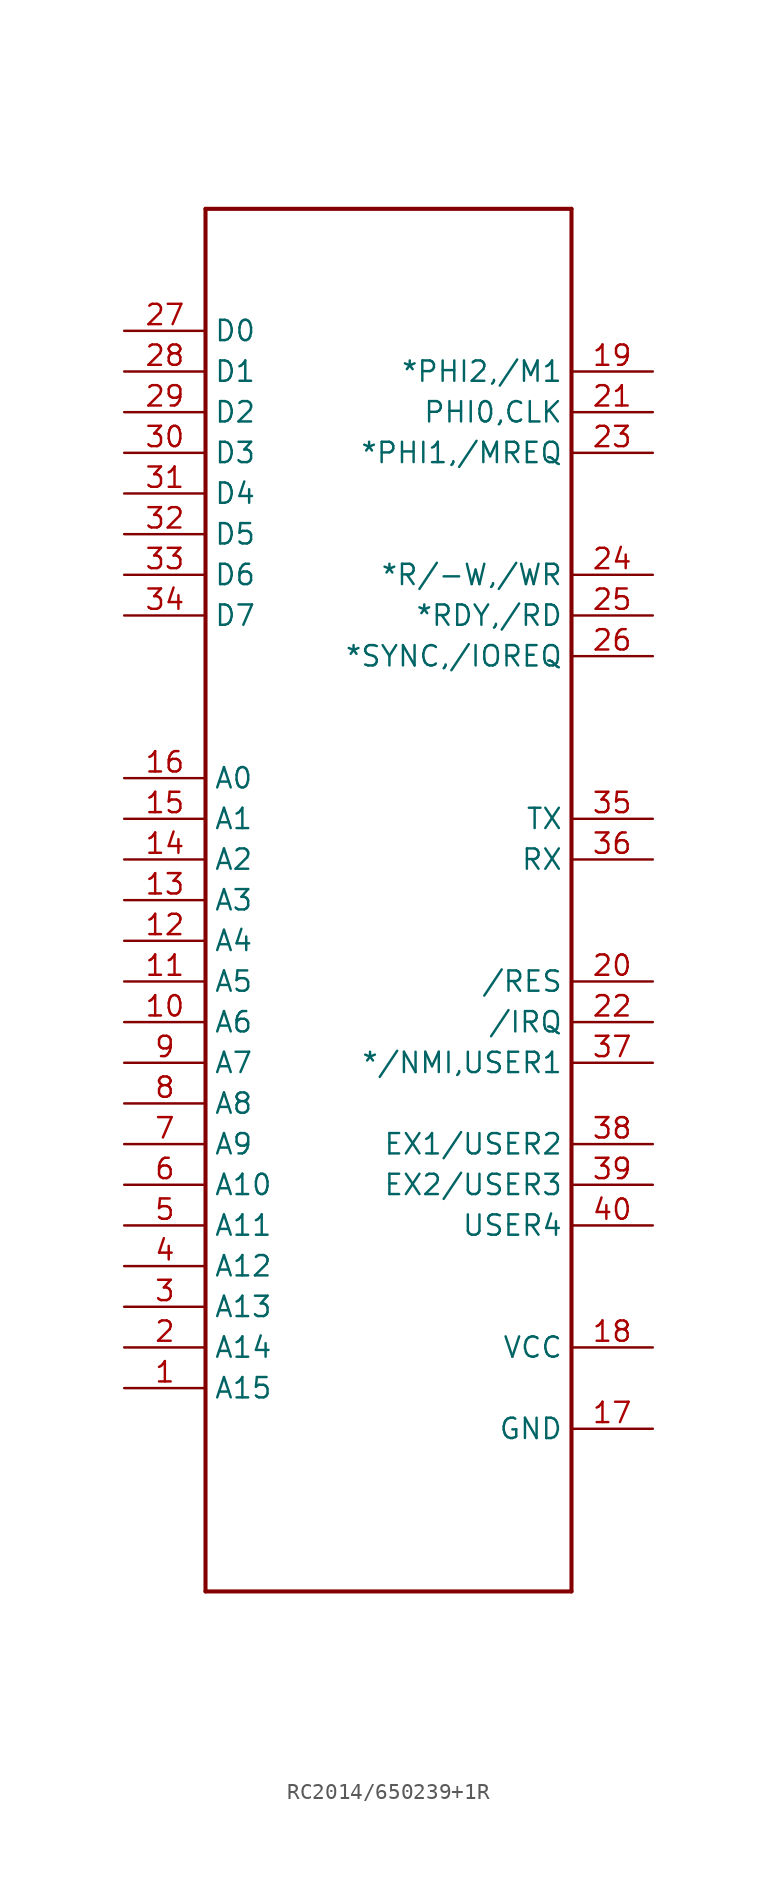
<source format=kicad_sym>
(kicad_symbol_lib
  (version 20220914)
  (generator kicad_symbol_editor)
  (symbol "RC2014/650239+1R"
    (property "Reference" ""
      (at -5.08 25.4 0)
      (effects (font (size 2.184 1.857)) (justify left bottom) hide))
    (property "Value" ""
      (at -7.62 -63.5 0)
      (effects (font (size 2.184 1.857)) (justify left bottom)))
    (property "ki_locked" ""
      (at 0 0 0)
      (effects (font (size 1.27 1.27))))
    (symbol "RC2014/650239+1R_1_0"
      (polyline (pts (xy -12.7 -60.96) (xy -12.7 25.4)) (stroke (width 0.254) (type solid)) (fill (type none)))
      (polyline (pts (xy -12.7 25.4) (xy 10.16 25.4)) (stroke (width 0.254) (type solid)) (fill (type none)))
      (polyline (pts (xy 10.16 -60.96) (xy -12.7 -60.96)) (stroke (width 0.254) (type solid)) (fill (type none)))
      (polyline (pts (xy 10.16 25.4) (xy 10.16 -60.96)) (stroke (width 0.254) (type solid)) (fill (type none)))
      (pin bidirectional line (at -17.78 -48.26 0) (length 5.08) (name "A15" (effects (font (size 1.27 1.27)))) (number "1" (effects (font (size 1.27 1.27)))))
      (pin bidirectional line (at -17.78 -25.4 0) (length 5.08) (name "A6" (effects (font (size 1.27 1.27)))) (number "10" (effects (font (size 1.27 1.27)))))
      (pin bidirectional line (at -17.78 -22.86 0) (length 5.08) (name "A5" (effects (font (size 1.27 1.27)))) (number "11" (effects (font (size 1.27 1.27)))))
      (pin bidirectional line (at -17.78 -20.32 0) (length 5.08) (name "A4" (effects (font (size 1.27 1.27)))) (number "12" (effects (font (size 1.27 1.27)))))
      (pin bidirectional line (at -17.78 -17.78 0) (length 5.08) (name "A3" (effects (font (size 1.27 1.27)))) (number "13" (effects (font (size 1.27 1.27)))))
      (pin bidirectional line (at -17.78 -15.24 0) (length 5.08) (name "A2" (effects (font (size 1.27 1.27)))) (number "14" (effects (font (size 1.27 1.27)))))
      (pin bidirectional line (at -17.78 -12.7 0) (length 5.08) (name "A1" (effects (font (size 1.27 1.27)))) (number "15" (effects (font (size 1.27 1.27)))))
      (pin bidirectional line (at -17.78 -10.16 0) (length 5.08) (name "A0" (effects (font (size 1.27 1.27)))) (number "16" (effects (font (size 1.27 1.27)))))
      (pin bidirectional line (at 15.24 -50.8 180) (length 5.08) (name "GND" (effects (font (size 1.27 1.27)))) (number "17" (effects (font (size 1.27 1.27)))))
      (pin bidirectional line (at 15.24 -45.72 180) (length 5.08) (name "VCC" (effects (font (size 1.27 1.27)))) (number "18" (effects (font (size 1.27 1.27)))))
      (pin bidirectional line (at 15.24 15.24 180) (length 5.08) (name "*PHI2,/M1" (effects (font (size 1.27 1.27)))) (number "19" (effects (font (size 1.27 1.27)))))
      (pin bidirectional line (at -17.78 -45.72 0) (length 5.08) (name "A14" (effects (font (size 1.27 1.27)))) (number "2" (effects (font (size 1.27 1.27)))))
      (pin bidirectional line (at 15.24 -22.86 180) (length 5.08) (name "/RES" (effects (font (size 1.27 1.27)))) (number "20" (effects (font (size 1.27 1.27)))))
      (pin bidirectional line (at 15.24 12.7 180) (length 5.08) (name "PHI0,CLK" (effects (font (size 1.27 1.27)))) (number "21" (effects (font (size 1.27 1.27)))))
      (pin bidirectional line (at 15.24 -25.4 180) (length 5.08) (name "/IRQ" (effects (font (size 1.27 1.27)))) (number "22" (effects (font (size 1.27 1.27)))))
      (pin bidirectional line (at 15.24 10.16 180) (length 5.08) (name "*PHI1,/MREQ" (effects (font (size 1.27 1.27)))) (number "23" (effects (font (size 1.27 1.27)))))
      (pin bidirectional line (at 15.24 2.54 180) (length 5.08) (name "*R/-W,/WR" (effects (font (size 1.27 1.27)))) (number "24" (effects (font (size 1.27 1.27)))))
      (pin bidirectional line (at 15.24 0 180) (length 5.08) (name "*RDY,/RD" (effects (font (size 1.27 1.27)))) (number "25" (effects (font (size 1.27 1.27)))))
      (pin bidirectional line (at 15.24 -2.54 180) (length 5.08) (name "*SYNC,/IOREQ" (effects (font (size 1.27 1.27)))) (number "26" (effects (font (size 1.27 1.27)))))
      (pin bidirectional line (at -17.78 17.78 0) (length 5.08) (name "D0" (effects (font (size 1.27 1.27)))) (number "27" (effects (font (size 1.27 1.27)))))
      (pin bidirectional line (at -17.78 15.24 0) (length 5.08) (name "D1" (effects (font (size 1.27 1.27)))) (number "28" (effects (font (size 1.27 1.27)))))
      (pin bidirectional line (at -17.78 12.7 0) (length 5.08) (name "D2" (effects (font (size 1.27 1.27)))) (number "29" (effects (font (size 1.27 1.27)))))
      (pin bidirectional line (at -17.78 -43.18 0) (length 5.08) (name "A13" (effects (font (size 1.27 1.27)))) (number "3" (effects (font (size 1.27 1.27)))))
      (pin bidirectional line (at -17.78 10.16 0) (length 5.08) (name "D3" (effects (font (size 1.27 1.27)))) (number "30" (effects (font (size 1.27 1.27)))))
      (pin bidirectional line (at -17.78 7.62 0) (length 5.08) (name "D4" (effects (font (size 1.27 1.27)))) (number "31" (effects (font (size 1.27 1.27)))))
      (pin bidirectional line (at -17.78 5.08 0) (length 5.08) (name "D5" (effects (font (size 1.27 1.27)))) (number "32" (effects (font (size 1.27 1.27)))))
      (pin bidirectional line (at -17.78 2.54 0) (length 5.08) (name "D6" (effects (font (size 1.27 1.27)))) (number "33" (effects (font (size 1.27 1.27)))))
      (pin bidirectional line (at -17.78 0 0) (length 5.08) (name "D7" (effects (font (size 1.27 1.27)))) (number "34" (effects (font (size 1.27 1.27)))))
      (pin bidirectional line (at 15.24 -12.7 180) (length 5.08) (name "TX" (effects (font (size 1.27 1.27)))) (number "35" (effects (font (size 1.27 1.27)))))
      (pin bidirectional line (at 15.24 -15.24 180) (length 5.08) (name "RX" (effects (font (size 1.27 1.27)))) (number "36" (effects (font (size 1.27 1.27)))))
      (pin bidirectional line (at 15.24 -27.94 180) (length 5.08) (name "*/NMI,USER1" (effects (font (size 1.27 1.27)))) (number "37" (effects (font (size 1.27 1.27)))))
      (pin bidirectional line (at 15.24 -33.02 180) (length 5.08) (name "EX1/USER2" (effects (font (size 1.27 1.27)))) (number "38" (effects (font (size 1.27 1.27)))))
      (pin bidirectional line (at 15.24 -35.56 180) (length 5.08) (name "EX2/USER3" (effects (font (size 1.27 1.27)))) (number "39" (effects (font (size 1.27 1.27)))))
      (pin bidirectional line (at -17.78 -40.64 0) (length 5.08) (name "A12" (effects (font (size 1.27 1.27)))) (number "4" (effects (font (size 1.27 1.27)))))
      (pin bidirectional line (at 15.24 -38.1 180) (length 5.08) (name "USER4" (effects (font (size 1.27 1.27)))) (number "40" (effects (font (size 1.27 1.27)))))
      (pin bidirectional line (at -17.78 -38.1 0) (length 5.08) (name "A11" (effects (font (size 1.27 1.27)))) (number "5" (effects (font (size 1.27 1.27)))))
      (pin bidirectional line (at -17.78 -35.56 0) (length 5.08) (name "A10" (effects (font (size 1.27 1.27)))) (number "6" (effects (font (size 1.27 1.27)))))
      (pin bidirectional line (at -17.78 -33.02 0) (length 5.08) (name "A9" (effects (font (size 1.27 1.27)))) (number "7" (effects (font (size 1.27 1.27)))))
      (pin bidirectional line (at -17.78 -30.48 0) (length 5.08) (name "A8" (effects (font (size 1.27 1.27)))) (number "8" (effects (font (size 1.27 1.27)))))
      (pin bidirectional line (at -17.78 -27.94 0) (length 5.08) (name "A7" (effects (font (size 1.27 1.27)))) (number "9" (effects (font (size 1.27 1.27))))))))
</source>
